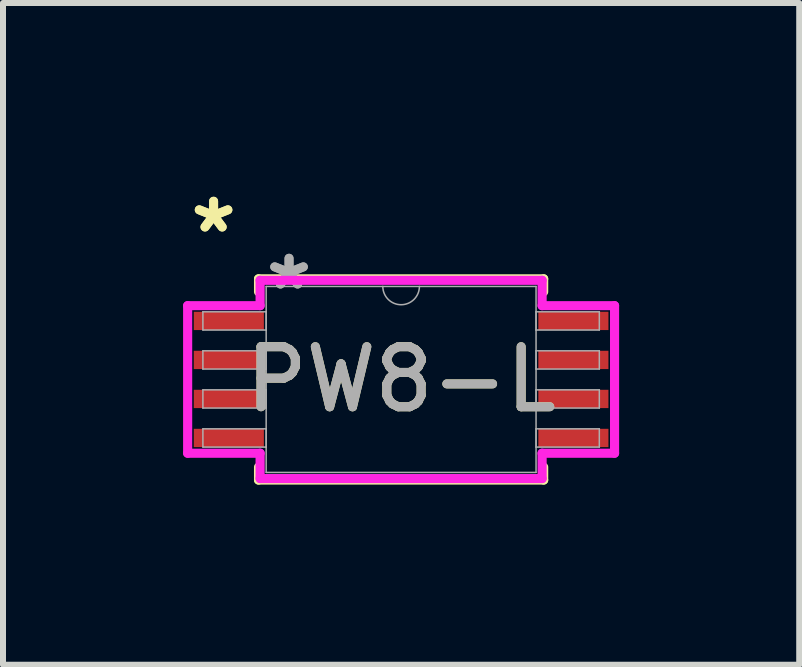
<source format=kicad_pcb>
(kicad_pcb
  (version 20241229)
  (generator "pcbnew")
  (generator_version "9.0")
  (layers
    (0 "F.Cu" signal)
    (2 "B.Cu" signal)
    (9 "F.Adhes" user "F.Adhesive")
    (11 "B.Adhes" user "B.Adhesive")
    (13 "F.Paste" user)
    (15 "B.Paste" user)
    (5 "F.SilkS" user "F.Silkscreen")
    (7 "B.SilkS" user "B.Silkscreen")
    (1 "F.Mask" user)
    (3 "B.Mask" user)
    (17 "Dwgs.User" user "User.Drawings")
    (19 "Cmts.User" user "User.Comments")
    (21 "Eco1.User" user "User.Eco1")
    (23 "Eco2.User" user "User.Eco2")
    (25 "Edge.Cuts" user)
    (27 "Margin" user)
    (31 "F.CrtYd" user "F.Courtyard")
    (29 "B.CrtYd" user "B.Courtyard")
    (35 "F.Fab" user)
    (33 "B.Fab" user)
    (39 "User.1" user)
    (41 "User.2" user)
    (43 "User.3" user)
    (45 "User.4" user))
  (footprint "PW8-L"
    (layer "F.Cu")
    (at 3.632 3.271)
    (property "Reference" "PW8-L" (at 0 0 0) (unlocked yes) (layer "F.SilkS") (effects (font (size 1 1) (thickness 0.15))))
    (attr smd)
    (fp_line (start -2.375 -1.676) (end -2.375 -1.46) (stroke (width 0.152) (type solid)) (layer "F.SilkS"))
    (fp_line (start -2.375 1.46) (end -2.375 1.676) (stroke (width 0.152) (type solid)) (layer "F.SilkS"))
    (fp_line (start -2.375 1.676) (end 2.375 1.676) (stroke (width 0.152) (type solid)) (layer "F.SilkS"))
    (fp_line (start 2.375 -1.676) (end -2.375 -1.676) (stroke (width 0.152) (type solid)) (layer "F.SilkS"))
    (fp_line (start 2.375 -1.46) (end 2.375 -1.676) (stroke (width 0.152) (type solid)) (layer "F.SilkS"))
    (fp_line (start 2.375 1.676) (end 2.375 1.46) (stroke (width 0.152) (type solid)) (layer "F.SilkS"))
    (fp_line (start -3.556 -1.229) (end -2.349 -1.229) (stroke (width 0.152) (type solid)) (layer "F.CrtYd"))
    (fp_line (start -3.556 1.229) (end -3.556 -1.229) (stroke (width 0.152) (type solid)) (layer "F.CrtYd"))
    (fp_line (start -3.556 1.229) (end -2.349 1.229) (stroke (width 0.152) (type solid)) (layer "F.CrtYd"))
    (fp_line (start -2.349 -1.651) (end 2.349 -1.651) (stroke (width 0.152) (type solid)) (layer "F.CrtYd"))
    (fp_line (start -2.349 -1.229) (end -2.349 -1.651) (stroke (width 0.152) (type solid)) (layer "F.CrtYd"))
    (fp_line (start -2.349 1.651) (end -2.349 1.229) (stroke (width 0.152) (type solid)) (layer "F.CrtYd"))
    (fp_line (start 2.349 -1.651) (end 2.349 -1.229) (stroke (width 0.152) (type solid)) (layer "F.CrtYd"))
    (fp_line (start 2.349 1.229) (end 2.349 1.651) (stroke (width 0.152) (type solid)) (layer "F.CrtYd"))
    (fp_line (start 2.349 1.651) (end -2.349 1.651) (stroke (width 0.152) (type solid)) (layer "F.CrtYd"))
    (fp_line (start 3.556 -1.229) (end 2.349 -1.229) (stroke (width 0.152) (type solid)) (layer "F.CrtYd"))
    (fp_line (start 3.556 -1.229) (end 3.556 1.229) (stroke (width 0.152) (type solid)) (layer "F.CrtYd"))
    (fp_line (start 3.556 1.229) (end 2.349 1.229) (stroke (width 0.152) (type solid)) (layer "F.CrtYd"))
    (fp_line (start -3.302 -1.127) (end -3.302 -0.823) (stroke (width 0.025) (type solid)) (layer "F.Fab"))
    (fp_line (start -3.302 -0.823) (end -2.248 -0.823) (stroke (width 0.025) (type solid)) (layer "F.Fab"))
    (fp_line (start -3.302 -0.477) (end -3.302 -0.173) (stroke (width 0.025) (type solid)) (layer "F.Fab"))
    (fp_line (start -3.302 -0.173) (end -2.248 -0.173) (stroke (width 0.025) (type solid)) (layer "F.Fab"))
    (fp_line (start -3.302 0.173) (end -3.302 0.477) (stroke (width 0.025) (type solid)) (layer "F.Fab"))
    (fp_line (start -3.302 0.477) (end -2.248 0.477) (stroke (width 0.025) (type solid)) (layer "F.Fab"))
    (fp_line (start -3.302 0.823) (end -3.302 1.127) (stroke (width 0.025) (type solid)) (layer "F.Fab"))
    (fp_line (start -3.302 1.127) (end -2.248 1.127) (stroke (width 0.025) (type solid)) (layer "F.Fab"))
    (fp_line (start -2.248 -1.549) (end -2.248 1.549) (stroke (width 0.025) (type solid)) (layer "F.Fab"))
    (fp_line (start -2.248 -1.127) (end -3.302 -1.127) (stroke (width 0.025) (type solid)) (layer "F.Fab"))
    (fp_line (start -2.248 -0.823) (end -2.248 -1.127) (stroke (width 0.025) (type solid)) (layer "F.Fab"))
    (fp_line (start -2.248 -0.477) (end -3.302 -0.477) (stroke (width 0.025) (type solid)) (layer "F.Fab"))
    (fp_line (start -2.248 -0.173) (end -2.248 -0.477) (stroke (width 0.025) (type solid)) (layer "F.Fab"))
    (fp_line (start -2.248 0.173) (end -3.302 0.173) (stroke (width 0.025) (type solid)) (layer "F.Fab"))
    (fp_line (start -2.248 0.477) (end -2.248 0.173) (stroke (width 0.025) (type solid)) (layer "F.Fab"))
    (fp_line (start -2.248 0.823) (end -3.302 0.823) (stroke (width 0.025) (type solid)) (layer "F.Fab"))
    (fp_line (start -2.248 1.127) (end -2.248 0.823) (stroke (width 0.025) (type solid)) (layer "F.Fab"))
    (fp_line (start -2.248 1.549) (end 2.248 1.549) (stroke (width 0.025) (type solid)) (layer "F.Fab"))
    (fp_line (start 2.248 -1.549) (end -2.248 -1.549) (stroke (width 0.025) (type solid)) (layer "F.Fab"))
    (fp_line (start 2.248 -1.127) (end 2.248 -0.823) (stroke (width 0.025) (type solid)) (layer "F.Fab"))
    (fp_line (start 2.248 -0.823) (end 3.302 -0.823) (stroke (width 0.025) (type solid)) (layer "F.Fab"))
    (fp_line (start 2.248 -0.477) (end 2.248 -0.173) (stroke (width 0.025) (type solid)) (layer "F.Fab"))
    (fp_line (start 2.248 -0.173) (end 3.302 -0.173) (stroke (width 0.025) (type solid)) (layer "F.Fab"))
    (fp_line (start 2.248 0.173) (end 2.248 0.477) (stroke (width 0.025) (type solid)) (layer "F.Fab"))
    (fp_line (start 2.248 0.477) (end 3.302 0.477) (stroke (width 0.025) (type solid)) (layer "F.Fab"))
    (fp_line (start 2.248 0.823) (end 2.248 1.127) (stroke (width 0.025) (type solid)) (layer "F.Fab"))
    (fp_line (start 2.248 1.127) (end 3.302 1.127) (stroke (width 0.025) (type solid)) (layer "F.Fab"))
    (fp_line (start 2.248 1.549) (end 2.248 -1.549) (stroke (width 0.025) (type solid)) (layer "F.Fab"))
    (fp_line (start 3.302 -1.127) (end 2.248 -1.127) (stroke (width 0.025) (type solid)) (layer "F.Fab"))
    (fp_line (start 3.302 -0.823) (end 3.302 -1.127) (stroke (width 0.025) (type solid)) (layer "F.Fab"))
    (fp_line (start 3.302 -0.477) (end 2.248 -0.477) (stroke (width 0.025) (type solid)) (layer "F.Fab"))
    (fp_line (start 3.302 -0.173) (end 3.302 -0.477) (stroke (width 0.025) (type solid)) (layer "F.Fab"))
    (fp_line (start 3.302 0.173) (end 2.248 0.173) (stroke (width 0.025) (type solid)) (layer "F.Fab"))
    (fp_line (start 3.302 0.477) (end 3.302 0.173) (stroke (width 0.025) (type solid)) (layer "F.Fab"))
    (fp_line (start 3.302 0.823) (end 2.248 0.823) (stroke (width 0.025) (type solid)) (layer "F.Fab"))
    (fp_line (start 3.302 1.127) (end 3.302 0.823) (stroke (width 0.025) (type solid)) (layer "F.Fab"))
    (fp_arc (start 0.3048 -1.5494) (mid 0 -1.2446) (end -0.3048 -1.5494) (stroke (width 0.0254) (type solid)) (layer "F.Fab"))
    (fp_text user "*" (at -3.124 -2.423 0) (layer "F.SilkS") (effects (font (size 1 1) (thickness 0.15))))
    (fp_text user "*" (at -3.124 -2.423 0) (unlocked yes) (layer "F.SilkS") (effects (font (size 1 1) (thickness 0.15))))
    (fp_text user "*" (at -1.867 -1.473 0) (layer "F.Fab") (effects (font (size 1 1) (thickness 0.15))))
    (fp_text user "${REFERENCE}" (at 0 0 0) (unlocked yes) (layer "F.Fab") (effects (font (size 1 1) (thickness 0.15))))
    (fp_text user "*" (at -1.867 -1.473 0) (unlocked yes) (layer "F.Fab") (effects (font (size 1 1) (thickness 0.15))))
    (pad "1" smd rect (at -2.87 -0.975) (size 1.168 0.305) (layers "F.Cu" "F.Mask" "F.Paste"))
    (pad "2" smd rect (at -2.87 -0.325) (size 1.168 0.305) (layers "F.Cu" "F.Mask" "F.Paste"))
    (pad "3" smd rect (at -2.87 0.325) (size 1.168 0.305) (layers "F.Cu" "F.Mask" "F.Paste"))
    (pad "4" smd rect (at -2.87 0.975) (size 1.168 0.305) (layers "F.Cu" "F.Mask" "F.Paste"))
    (pad "5" smd rect (at 2.87 0.975) (size 1.168 0.305) (layers "F.Cu" "F.Mask" "F.Paste"))
    (pad "6" smd rect (at 2.87 0.325) (size 1.168 0.305) (layers "F.Cu" "F.Mask" "F.Paste"))
    (pad "7" smd rect (at 2.87 -0.325) (size 1.168 0.305) (layers "F.Cu" "F.Mask" "F.Paste"))
    (pad "8" smd rect (at 2.87 -0.975) (size 1.168 0.305) (layers "F.Cu" "F.Mask" "F.Paste")))
  (gr_rect
    (start -3 -3)
    (end 10.264 8.024)
    (stroke (width 0.1) (type default))
    (fill no)
    (layer "Edge.Cuts")))
</source>
